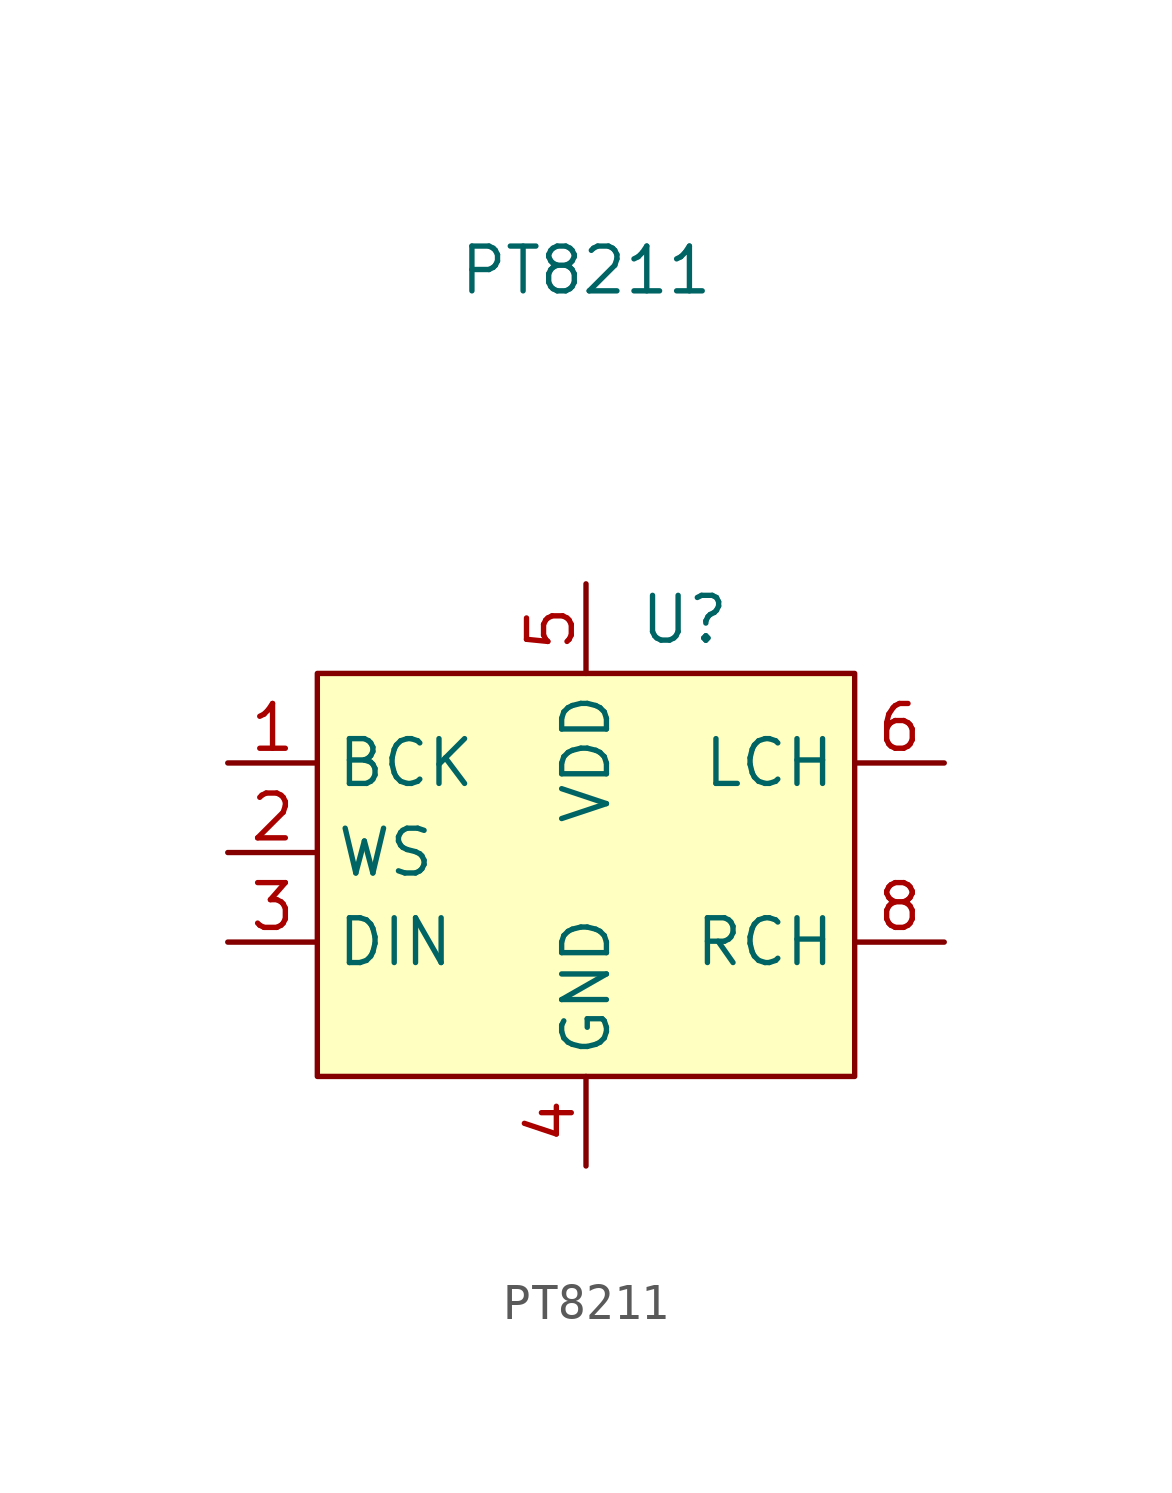
<source format=kicad_sym>
(kicad_symbol_lib
  (version 20231120)
  (generator "kicad_symbol_editor")
  (generator_version "8.0")
  (symbol "PT8211"
    (property "Reference" "U"
      (at 2.794 6.604 0)
      (effects (font (size 1.27 1.27))))
    (property "Value" "PT8211"
      (at 0 16.51 0)
      (effects (font (size 1.27 1.27))))
    (symbol "PT8211_1_1"
      (rectangle (start -7.62 5.08) (end 7.62 -6.35) (stroke (width 0) (type default)) (fill (type background)))
      (pin input line (at -10.16 2.54 0) (length 2.54) (name "BCK" (effects (font (size 1.27 1.27)))) (number "1" (effects (font (size 1.27 1.27)))))
      (pin input line (at -10.16 0 0) (length 2.54) (name "WS" (effects (font (size 1.27 1.27)))) (number "2" (effects (font (size 1.27 1.27)))))
      (pin input line (at -10.16 -2.54 0) (length 2.54) (name "DIN" (effects (font (size 1.27 1.27)))) (number "3" (effects (font (size 1.27 1.27)))))
      (pin power_in line (at 0 -8.89 90) (length 2.54) (name "GND" (effects (font (size 1.27 1.27)))) (number "4" (effects (font (size 1.27 1.27)))))
      (pin power_in line (at 0 7.62 270) (length 2.54) (name "VDD" (effects (font (size 1.27 1.27)))) (number "5" (effects (font (size 1.27 1.27)))))
      (pin output line (at 10.16 2.54 180) (length 2.54) (name "LCH" (effects (font (size 1.27 1.27)))) (number "6" (effects (font (size 1.27 1.27)))))
      (pin no_connect line (at 0 1.27 0) (length 2.54) hide (name "NC" (effects (font (size 1.27 1.27)))) (number "7" (effects (font (size 1.27 1.27)))))
      (pin power_out line (at 10.16 -2.54 180) (length 2.54) (name "RCH" (effects (font (size 1.27 1.27)))) (number "8" (effects (font (size 1.27 1.27))))))))
</source>
